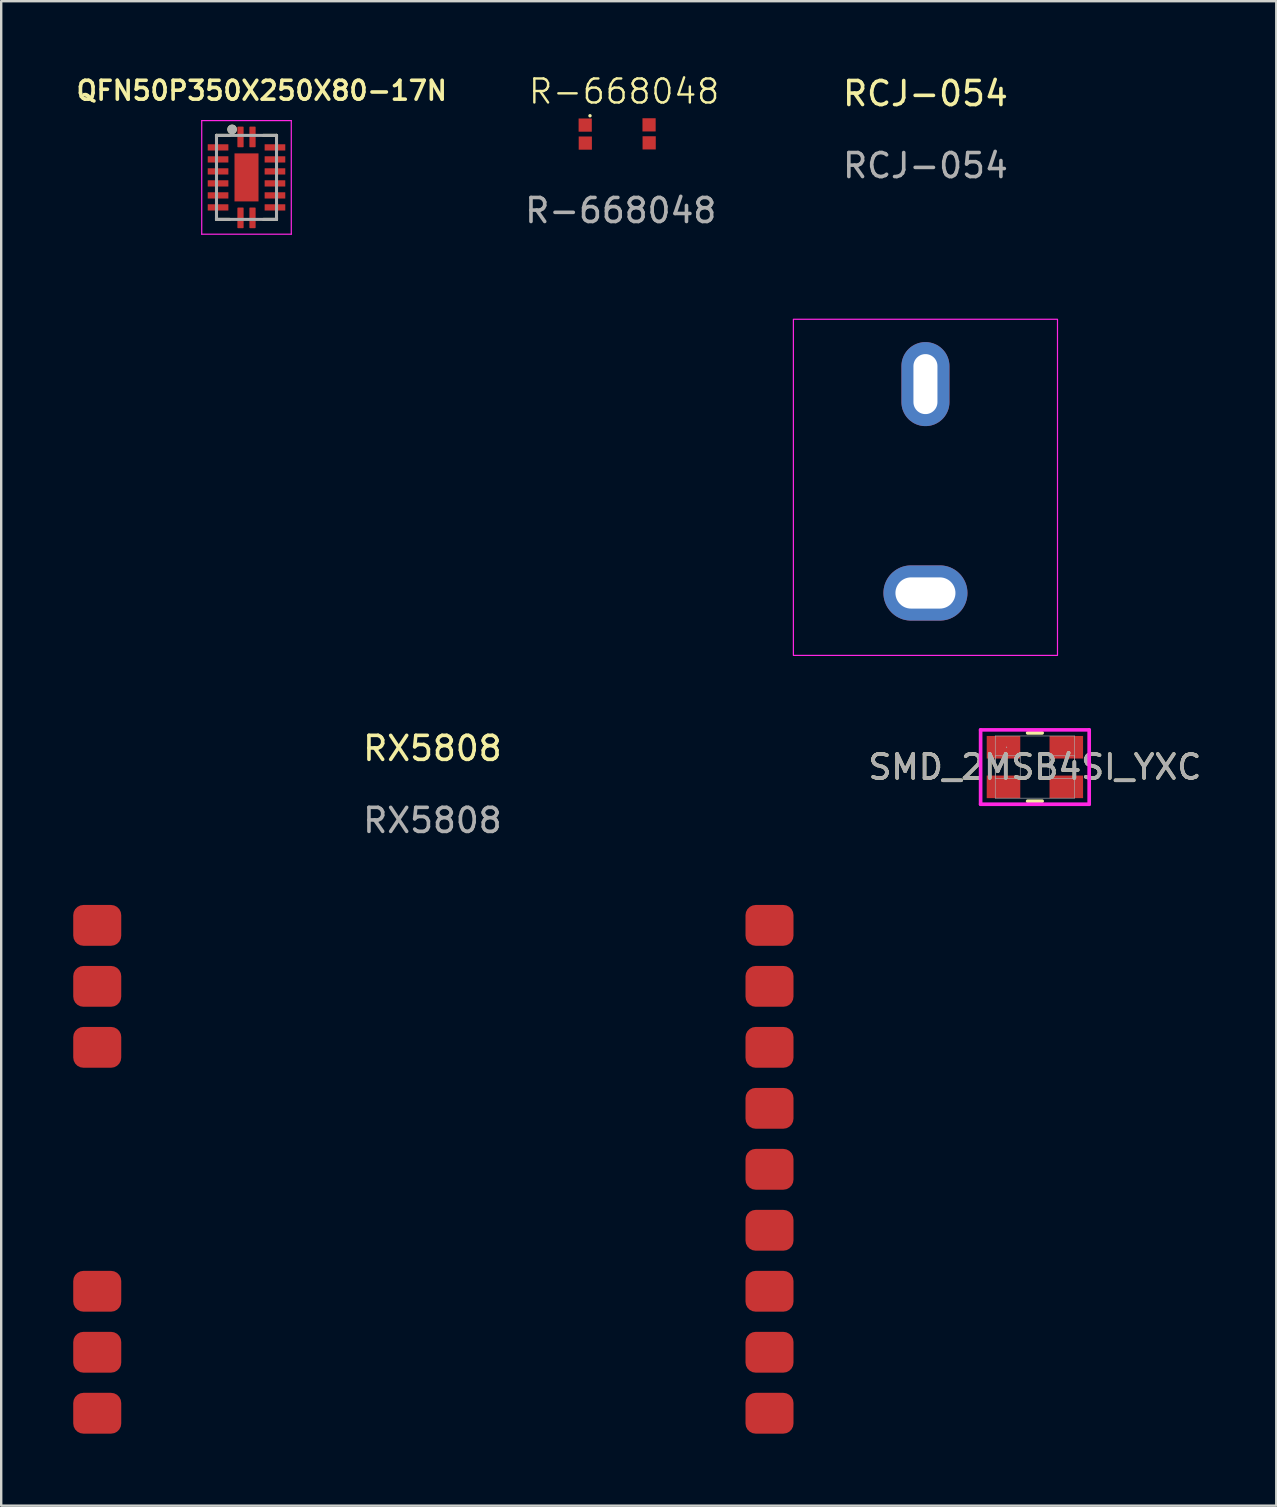
<source format=kicad_pcb>
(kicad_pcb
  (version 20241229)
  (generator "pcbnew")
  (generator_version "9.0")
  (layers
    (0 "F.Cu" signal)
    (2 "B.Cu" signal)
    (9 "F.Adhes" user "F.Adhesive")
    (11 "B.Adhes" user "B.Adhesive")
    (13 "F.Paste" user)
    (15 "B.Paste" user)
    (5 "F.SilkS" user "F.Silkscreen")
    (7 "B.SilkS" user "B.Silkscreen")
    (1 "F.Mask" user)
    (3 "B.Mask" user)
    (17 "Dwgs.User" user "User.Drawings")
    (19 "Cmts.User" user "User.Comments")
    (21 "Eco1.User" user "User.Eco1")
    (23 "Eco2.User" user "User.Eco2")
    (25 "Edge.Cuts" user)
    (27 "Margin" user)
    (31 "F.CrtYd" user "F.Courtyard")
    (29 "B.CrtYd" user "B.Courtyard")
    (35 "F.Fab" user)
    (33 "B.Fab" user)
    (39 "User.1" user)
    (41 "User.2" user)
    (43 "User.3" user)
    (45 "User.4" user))
  (footprint "RCJ-054"
    (layer "F.Cu")
    (at 35.495 16.248)
    (property "Reference" "RCJ-054" (at 0 -15.4 0) (unlocked yes) (layer "F.SilkS") (effects (font (size 1 1) (thickness 0.15))))
    (attr through_hole)
    (fp_rect (start -5.5 -6) (end 5.5 8) (stroke (width 0.05) (type default)) (fill no) (layer "F.CrtYd"))
    (fp_text user "${REFERENCE}" (at 0 -12.4 0) (unlocked yes) (layer "F.Fab") (effects (font (size 1 1) (thickness 0.15))))
    (pad "1" thru_hole oval (at 0 5.4) (size 3.5 2.3) (drill oval 2.5 1.3) (layers "*.Cu" "*.Mask"))
    (pad "2" thru_hole oval (at 0 -3.3 90) (size 3.5 2) (drill oval 2.5 1) (layers "*.Cu" "*.Mask")))
  (footprint "SMD_2MSB4SI_YXC"
    (layer "F.Cu")
    (at 40.054 28.898)
    (property "Reference" "SMD_2MSB4SI_YXC" (at 0 0 0) (unlocked yes) (layer "F.SilkS") (effects (font (size 1 1) (thickness 0.15))))
    (attr smd)
    (fp_line (start -0.302 1.422) (end 0.302 1.422) (stroke (width 0.152) (type solid)) (layer "F.SilkS"))
    (fp_line (start 0.302 -1.422) (end -0.302 -1.422) (stroke (width 0.152) (type solid)) (layer "F.SilkS"))
    (fp_line (start -2.261 -1.549) (end 2.261 -1.549) (stroke (width 0.152) (type solid)) (layer "F.CrtYd"))
    (fp_line (start -2.261 1.549) (end -2.261 -1.549) (stroke (width 0.152) (type solid)) (layer "F.CrtYd"))
    (fp_line (start 2.261 -1.549) (end 2.261 1.549) (stroke (width 0.152) (type solid)) (layer "F.CrtYd"))
    (fp_line (start 2.261 1.549) (end -2.261 1.549) (stroke (width 0.152) (type solid)) (layer "F.CrtYd"))
    (fp_line (start -1.651 -1.295) (end -1.651 1.295) (stroke (width 0.025) (type solid)) (layer "F.Fab"))
    (fp_line (start -1.651 -0.47) (end -1.651 0.47) (stroke (width 0.025) (type solid)) (layer "F.Fab"))
    (fp_line (start -1.651 0.47) (end -0.61 0.47) (stroke (width 0.025) (type solid)) (layer "F.Fab"))
    (fp_line (start -1.651 1.295) (end 1.651 1.295) (stroke (width 0.025) (type solid)) (layer "F.Fab"))
    (fp_line (start -0.61 -0.47) (end -1.651 -0.47) (stroke (width 0.025) (type solid)) (layer "F.Fab"))
    (fp_line (start -0.61 0.47) (end -0.61 -0.47) (stroke (width 0.025) (type solid)) (layer "F.Fab"))
    (fp_line (start 0.61 -0.47) (end 0.61 0.47) (stroke (width 0.025) (type solid)) (layer "F.Fab"))
    (fp_line (start 0.61 0.47) (end 1.651 0.47) (stroke (width 0.025) (type solid)) (layer "F.Fab"))
    (fp_line (start 1.651 -1.295) (end -1.651 -1.295) (stroke (width 0.025) (type solid)) (layer "F.Fab"))
    (fp_line (start 1.651 -0.47) (end 0.61 -0.47) (stroke (width 0.025) (type solid)) (layer "F.Fab"))
    (fp_line (start 1.651 0.47) (end 1.651 -0.47) (stroke (width 0.025) (type solid)) (layer "F.Fab"))
    (fp_line (start 1.651 1.295) (end 1.651 -1.295) (stroke (width 0.025) (type solid)) (layer "F.Fab"))
    (fp_circle (center -1.181 -0.825) (end -1.181 -0.825) (stroke (width 0.025) (type solid)) (fill no) (layer "F.Fab"))
    (fp_text user "${REFERENCE}" (at 0 0 0) (unlocked yes) (layer "F.Fab") (effects (font (size 1 1) (thickness 0.15))))
    (pad "1" smd rect (at -1.308 0.825) (size 1.397 0.94) (layers "F.Cu" "F.Mask" "F.Paste"))
    (pad "2" smd rect (at 1.308 0.825) (size 1.397 0.94) (layers "F.Cu" "F.Mask" "F.Paste"))
    (pad "3" smd rect (at 1.308 -0.825) (size 1.397 0.94) (layers "F.Cu" "F.Mask" "F.Paste"))
    (pad "4" smd rect (at -1.308 -0.825) (size 1.397 0.94) (layers "F.Cu" "F.Mask" "F.Paste"))
    (zone (net_name "") (layer "F.Cu") (hatch full 0.508) (connect_pads) (min_thickness 0.254) (filled_areas_thickness no) (keepout (tracks not_allowed) (vias not_allowed) (pads allowed) (copperpour not_allowed) (footprints allowed)) (placement (enabled no)) (fill) (polygon (pts (xy 39.495 27.654) (xy 40.612 27.654) (xy 40.612 30.143) (xy 39.495 30.143)))))
  (footprint "R-668048"
    (layer "F.Cu")
    (at 22.684 2.53)
    (property "Reference" "R-668048" (at 0.26 -1.77 0) (unlocked yes) (layer "F.SilkS") (effects (font (size 1 1) (thickness 0.1))))
    (attr smd)
    (fp_circle (center -1.16 -0.759) (end -1.089 -0.759) (stroke (width 0) (type solid)) (fill yes) (layer "F.SilkS"))
    (fp_text user "${REFERENCE}" (at 0.12 3.19 0) (unlocked yes) (layer "F.Fab") (effects (font (size 1 1) (thickness 0.15))))
    (pad "1" smd rect (at -1.36 -0.37) (size 0.55 0.55) (layers "F.Cu" "F.Mask" "F.Paste"))
    (pad "1" smd rect (at -1.356 0.38) (size 0.55 0.55) (layers "F.Cu" "F.Mask" "F.Paste"))
    (pad "2" smd rect (at 1.3 -0.38) (size 0.55 0.55) (layers "F.Cu" "F.Mask" "F.Paste"))
    (pad "2" smd rect (at 1.304 0.37) (size 0.55 0.55) (layers "F.Cu" "F.Mask" "F.Paste"))
    (zone (net_name "") (layers "F.Cu" "F.SilkS") (hatch edge 0.5) (connect_pads) (min_thickness 0.25) (filled_areas_thickness no) (keepout (tracks not_allowed) (vias not_allowed) (pads not_allowed) (copperpour allowed) (footprints allowed)) (placement (enabled no)) (fill) (polygon (pts (xy 21.654 1.73) (xy 21.654 3.33) (xy 23.654 3.33) (xy 23.654 1.73)))))
  (footprint "QFN50P350X250X80-17N"
    (layer "F.Cu")
    (at 7.217 4.339)
    (property "Reference" "QFN50P350X250X80-17N" (at 0.635 -3.615 0) (layer "F.SilkS") (effects (font (size 0.787 0.787) (thickness 0.15))))
    (attr smd)
    (fp_line (start -1.25 -1.75) (end -1.25 -1.7) (stroke (width 0.127) (type solid)) (layer "F.SilkS"))
    (fp_line (start -1.25 -1.75) (end -0.7 -1.75) (stroke (width 0.127) (type solid)) (layer "F.SilkS"))
    (fp_line (start -1.25 1.75) (end -1.25 1.7) (stroke (width 0.127) (type solid)) (layer "F.SilkS"))
    (fp_line (start -1.25 1.75) (end -0.7 1.75) (stroke (width 0.127) (type solid)) (layer "F.SilkS"))
    (fp_line (start 1.25 -1.75) (end 0.7 -1.75) (stroke (width 0.127) (type solid)) (layer "F.SilkS"))
    (fp_line (start 1.25 -1.75) (end 1.25 -1.7) (stroke (width 0.127) (type solid)) (layer "F.SilkS"))
    (fp_line (start 1.25 1.75) (end 0.7 1.75) (stroke (width 0.127) (type solid)) (layer "F.SilkS"))
    (fp_line (start 1.25 1.75) (end 1.25 1.7) (stroke (width 0.127) (type solid)) (layer "F.SilkS"))
    (fp_circle (center -0.6 -2) (end -0.6 -2) (stroke (width 0.2) (type solid)) (fill no) (layer "F.SilkS"))
    (fp_poly (pts (xy -0.315 -0.63) (xy 0.315 -0.63) (xy 0.315 0.63) (xy -0.315 0.63)) (stroke (width 0.01) (type solid)) (fill yes) (layer "F.Paste"))
    (fp_line (start -1.865 -2.365) (end 1.865 -2.365) (stroke (width 0.05) (type solid)) (layer "F.CrtYd"))
    (fp_line (start -1.865 2.365) (end -1.865 -2.365) (stroke (width 0.05) (type solid)) (layer "F.CrtYd"))
    (fp_line (start -1.865 2.365) (end 1.865 2.365) (stroke (width 0.05) (type solid)) (layer "F.CrtYd"))
    (fp_line (start 1.865 2.365) (end 1.865 -2.365) (stroke (width 0.05) (type solid)) (layer "F.CrtYd"))
    (fp_line (start -1.25 1.75) (end -1.25 -1.75) (stroke (width 0.127) (type solid)) (layer "F.Fab"))
    (fp_line (start 1.25 -1.75) (end -1.25 -1.75) (stroke (width 0.127) (type solid)) (layer "F.Fab"))
    (fp_line (start 1.25 1.75) (end -1.25 1.75) (stroke (width 0.127) (type solid)) (layer "F.Fab"))
    (fp_line (start 1.25 1.75) (end 1.25 -1.75) (stroke (width 0.127) (type solid)) (layer "F.Fab"))
    (fp_circle (center -0.6 -2) (end -0.6 -2) (stroke (width 0.2) (type solid)) (fill no) (layer "F.Fab"))
    (pad "1" smd roundrect (at -0.25 -1.685) (size 0.26 0.86) (layers "F.Cu" "F.Mask" "F.Paste") (roundrect_rratio 0.11))
    (pad "2" smd roundrect (at -1.185 -1.25) (size 0.86 0.26) (layers "F.Cu" "F.Mask" "F.Paste") (roundrect_rratio 0.03))
    (pad "3" smd roundrect (at -1.185 -0.75) (size 0.86 0.26) (layers "F.Cu" "F.Mask" "F.Paste") (roundrect_rratio 0.03))
    (pad "4" smd roundrect (at -1.185 -0.25) (size 0.86 0.26) (layers "F.Cu" "F.Mask" "F.Paste") (roundrect_rratio 0.03))
    (pad "5" smd roundrect (at -1.185 0.25) (size 0.86 0.26) (layers "F.Cu" "F.Mask" "F.Paste") (roundrect_rratio 0.03))
    (pad "6" smd roundrect (at -1.185 0.75) (size 0.86 0.26) (layers "F.Cu" "F.Mask" "F.Paste") (roundrect_rratio 0.03))
    (pad "7" smd roundrect (at -1.185 1.25) (size 0.86 0.26) (layers "F.Cu" "F.Mask" "F.Paste") (roundrect_rratio 0.03))
    (pad "8" smd roundrect (at -0.25 1.685) (size 0.26 0.86) (layers "F.Cu" "F.Mask" "F.Paste") (roundrect_rratio 0.11))
    (pad "9" smd roundrect (at 0.25 1.685) (size 0.26 0.86) (layers "F.Cu" "F.Mask" "F.Paste") (roundrect_rratio 0.11))
    (pad "10" smd roundrect (at 1.185 1.25) (size 0.86 0.26) (layers "F.Cu" "F.Mask" "F.Paste") (roundrect_rratio 0.03))
    (pad "11" smd roundrect (at 1.185 0.75) (size 0.86 0.26) (layers "F.Cu" "F.Mask" "F.Paste") (roundrect_rratio 0.03))
    (pad "12" smd roundrect (at 1.185 0.25) (size 0.86 0.26) (layers "F.Cu" "F.Mask" "F.Paste") (roundrect_rratio 0.03))
    (pad "13" smd roundrect (at 1.185 -0.25) (size 0.86 0.26) (layers "F.Cu" "F.Mask" "F.Paste") (roundrect_rratio 0.03))
    (pad "14" smd roundrect (at 1.185 -0.75) (size 0.86 0.26) (layers "F.Cu" "F.Mask" "F.Paste") (roundrect_rratio 0.03))
    (pad "15" smd roundrect (at 1.185 -1.25) (size 0.86 0.26) (layers "F.Cu" "F.Mask" "F.Paste") (roundrect_rratio 0.03))
    (pad "16" smd roundrect (at 0.25 -1.685) (size 0.26 0.86) (layers "F.Cu" "F.Mask" "F.Paste") (roundrect_rratio 0.11))
    (pad "17" smd rect (at 0 0) (size 1 2) (layers "F.Cu" "F.Mask")))
  (footprint "RX5808"
    (layer "F.Cu")
    (at 15 45.892)
    (property "Reference" "RX5808" (at -0.04 -17.77 0) (unlocked yes) (layer "F.SilkS") (effects (font (size 1 1) (thickness 0.15))))
    (attr smd)
    (fp_text user "${REFERENCE}" (at -0.04 -14.77 0) (unlocked yes) (layer "F.Fab") (effects (font (size 1 1) (thickness 0.15))))
    (pad "1" smd roundrect (at 14 -10.4) (size 2 1.7) (layers "F.Cu" "F.Mask" "F.Paste") (roundrect_rratio 0.25))
    (pad "2" smd roundrect (at 14 -7.86) (size 2 1.7) (layers "F.Cu" "F.Mask" "F.Paste") (roundrect_rratio 0.25))
    (pad "3" smd roundrect (at 14 -5.32) (size 2 1.7) (layers "F.Cu" "F.Mask" "F.Paste") (roundrect_rratio 0.25))
    (pad "4" smd roundrect (at 14 -2.78) (size 2 1.7) (layers "F.Cu" "F.Mask" "F.Paste") (roundrect_rratio 0.25))
    (pad "5" smd roundrect (at 14 -0.24) (size 2 1.7) (layers "F.Cu" "F.Mask" "F.Paste") (roundrect_rratio 0.25))
    (pad "6" smd roundrect (at 14 2.3) (size 2 1.7) (layers "F.Cu" "F.Mask" "F.Paste") (roundrect_rratio 0.25))
    (pad "7" smd roundrect (at 14 4.84) (size 2 1.7) (layers "F.Cu" "F.Mask" "F.Paste") (roundrect_rratio 0.25))
    (pad "8" smd roundrect (at 14 7.38) (size 2 1.7) (layers "F.Cu" "F.Mask" "F.Paste") (roundrect_rratio 0.25))
    (pad "9" smd roundrect (at 14 9.92) (size 2 1.7) (layers "F.Cu" "F.Mask" "F.Paste") (roundrect_rratio 0.25))
    (pad "10" smd roundrect (at -14 4.84) (size 2 1.7) (layers "F.Cu" "F.Mask" "F.Paste") (roundrect_rratio 0.25))
    (pad "11" smd roundrect (at -14 7.38) (size 2 1.7) (layers "F.Cu" "F.Mask" "F.Paste") (roundrect_rratio 0.25))
    (pad "12" smd roundrect (at -14 9.92) (size 2 1.7) (layers "F.Cu" "F.Mask" "F.Paste") (roundrect_rratio 0.25))
    (pad "13" smd roundrect (at -14 -10.4) (size 2 1.7) (layers "F.Cu" "F.Mask" "F.Paste") (roundrect_rratio 0.25))
    (pad "14" smd roundrect (at -14 -7.86) (size 2 1.7) (layers "F.Cu" "F.Mask" "F.Paste") (roundrect_rratio 0.25))
    (pad "15" smd roundrect (at -14 -5.32) (size 2 1.7) (layers "F.Cu" "F.Mask" "F.Paste") (roundrect_rratio 0.25)))
  (gr_rect
    (start -3 -3)
    (end 50.107 59.661)
    (stroke (width 0.1) (type default))
    (fill no)
    (layer "Edge.Cuts")))
</source>
